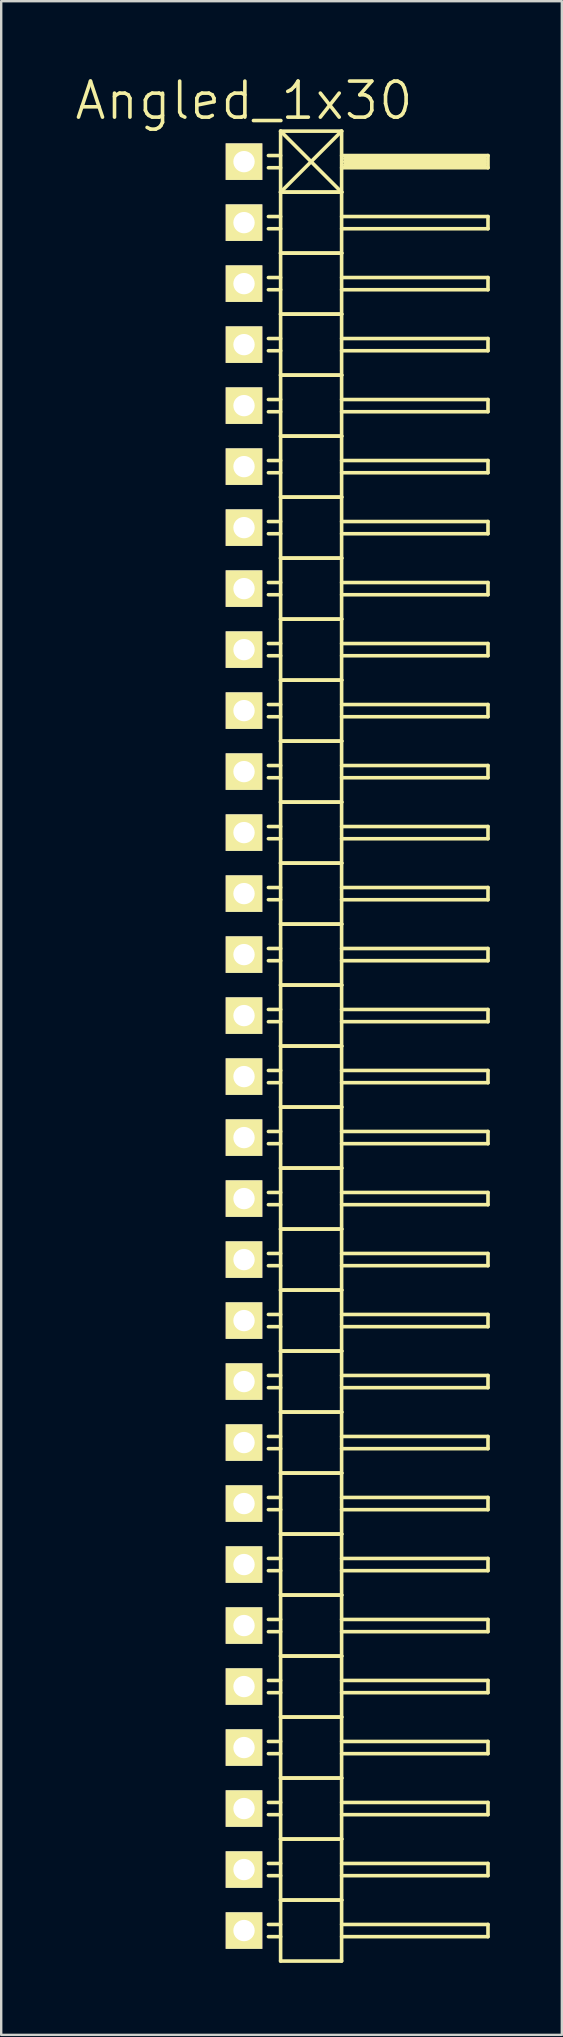
<source format=kicad_pcb>
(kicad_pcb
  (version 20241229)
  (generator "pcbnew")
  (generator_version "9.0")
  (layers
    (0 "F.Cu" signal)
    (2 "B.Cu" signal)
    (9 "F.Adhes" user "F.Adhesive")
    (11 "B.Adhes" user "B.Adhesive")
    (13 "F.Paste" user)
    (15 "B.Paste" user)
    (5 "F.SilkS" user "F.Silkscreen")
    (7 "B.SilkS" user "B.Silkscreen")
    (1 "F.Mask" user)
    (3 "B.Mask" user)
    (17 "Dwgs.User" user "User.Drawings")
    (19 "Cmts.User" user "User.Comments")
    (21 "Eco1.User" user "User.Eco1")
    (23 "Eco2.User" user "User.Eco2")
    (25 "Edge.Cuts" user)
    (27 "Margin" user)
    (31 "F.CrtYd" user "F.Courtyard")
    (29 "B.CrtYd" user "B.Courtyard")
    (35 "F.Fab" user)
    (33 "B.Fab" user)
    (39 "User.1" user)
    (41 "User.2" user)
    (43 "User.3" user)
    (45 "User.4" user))
  (footprint "Angled_1x30"
    (layer "F.Cu")
    (at 7.111 40.511)
    (property "Reference" "Angled_1x30" (at 0 -39.37 0) (layer "F.SilkS") (effects (font (size 1.5 1.5) (thickness 0.15))))
    (attr through_hole)
    (fp_line (start 1.524 -38.1) (end 1.524 -35.56) (stroke (width 0.15) (type solid)) (layer "F.SilkS"))
    (fp_line (start 1.524 -38.1) (end 4.064 -38.1) (stroke (width 0.15) (type solid)) (layer "F.SilkS"))
    (fp_line (start 1.524 -37.084) (end 1.016 -37.084) (stroke (width 0.15) (type solid)) (layer "F.SilkS"))
    (fp_line (start 1.524 -36.576) (end 1.016 -36.576) (stroke (width 0.15) (type solid)) (layer "F.SilkS"))
    (fp_line (start 1.524 -35.56) (end 1.524 -33.02) (stroke (width 0.15) (type solid)) (layer "F.SilkS"))
    (fp_line (start 1.524 -35.56) (end 4.064 -35.56) (stroke (width 0.15) (type solid)) (layer "F.SilkS"))
    (fp_line (start 1.524 -35.56) (end 4.064 -35.56) (stroke (width 0.15) (type solid)) (layer "F.SilkS"))
    (fp_line (start 1.524 -34.544) (end 1.016 -34.544) (stroke (width 0.15) (type solid)) (layer "F.SilkS"))
    (fp_line (start 1.524 -34.036) (end 1.016 -34.036) (stroke (width 0.15) (type solid)) (layer "F.SilkS"))
    (fp_line (start 1.524 -33.02) (end 1.524 -30.48) (stroke (width 0.15) (type solid)) (layer "F.SilkS"))
    (fp_line (start 1.524 -33.02) (end 4.064 -33.02) (stroke (width 0.15) (type solid)) (layer "F.SilkS"))
    (fp_line (start 1.524 -33.02) (end 4.064 -33.02) (stroke (width 0.15) (type solid)) (layer "F.SilkS"))
    (fp_line (start 1.524 -32.004) (end 1.016 -32.004) (stroke (width 0.15) (type solid)) (layer "F.SilkS"))
    (fp_line (start 1.524 -31.496) (end 1.016 -31.496) (stroke (width 0.15) (type solid)) (layer "F.SilkS"))
    (fp_line (start 1.524 -30.48) (end 1.524 -27.94) (stroke (width 0.15) (type solid)) (layer "F.SilkS"))
    (fp_line (start 1.524 -30.48) (end 4.064 -30.48) (stroke (width 0.15) (type solid)) (layer "F.SilkS"))
    (fp_line (start 1.524 -30.48) (end 4.064 -30.48) (stroke (width 0.15) (type solid)) (layer "F.SilkS"))
    (fp_line (start 1.524 -29.464) (end 1.016 -29.464) (stroke (width 0.15) (type solid)) (layer "F.SilkS"))
    (fp_line (start 1.524 -28.956) (end 1.016 -28.956) (stroke (width 0.15) (type solid)) (layer "F.SilkS"))
    (fp_line (start 1.524 -27.94) (end 1.524 -25.4) (stroke (width 0.15) (type solid)) (layer "F.SilkS"))
    (fp_line (start 1.524 -27.94) (end 4.064 -27.94) (stroke (width 0.15) (type solid)) (layer "F.SilkS"))
    (fp_line (start 1.524 -27.94) (end 4.064 -27.94) (stroke (width 0.15) (type solid)) (layer "F.SilkS"))
    (fp_line (start 1.524 -26.924) (end 1.016 -26.924) (stroke (width 0.15) (type solid)) (layer "F.SilkS"))
    (fp_line (start 1.524 -26.416) (end 1.016 -26.416) (stroke (width 0.15) (type solid)) (layer "F.SilkS"))
    (fp_line (start 1.524 -25.4) (end 1.524 -22.86) (stroke (width 0.15) (type solid)) (layer "F.SilkS"))
    (fp_line (start 1.524 -25.4) (end 4.064 -25.4) (stroke (width 0.15) (type solid)) (layer "F.SilkS"))
    (fp_line (start 1.524 -25.4) (end 4.064 -25.4) (stroke (width 0.15) (type solid)) (layer "F.SilkS"))
    (fp_line (start 1.524 -24.384) (end 1.016 -24.384) (stroke (width 0.15) (type solid)) (layer "F.SilkS"))
    (fp_line (start 1.524 -23.876) (end 1.016 -23.876) (stroke (width 0.15) (type solid)) (layer "F.SilkS"))
    (fp_line (start 1.524 -22.86) (end 1.524 -20.32) (stroke (width 0.15) (type solid)) (layer "F.SilkS"))
    (fp_line (start 1.524 -22.86) (end 4.064 -22.86) (stroke (width 0.15) (type solid)) (layer "F.SilkS"))
    (fp_line (start 1.524 -22.86) (end 4.064 -22.86) (stroke (width 0.15) (type solid)) (layer "F.SilkS"))
    (fp_line (start 1.524 -21.844) (end 1.016 -21.844) (stroke (width 0.15) (type solid)) (layer "F.SilkS"))
    (fp_line (start 1.524 -21.336) (end 1.016 -21.336) (stroke (width 0.15) (type solid)) (layer "F.SilkS"))
    (fp_line (start 1.524 -20.32) (end 1.524 -17.78) (stroke (width 0.15) (type solid)) (layer "F.SilkS"))
    (fp_line (start 1.524 -20.32) (end 4.064 -20.32) (stroke (width 0.15) (type solid)) (layer "F.SilkS"))
    (fp_line (start 1.524 -20.32) (end 4.064 -20.32) (stroke (width 0.15) (type solid)) (layer "F.SilkS"))
    (fp_line (start 1.524 -19.304) (end 1.016 -19.304) (stroke (width 0.15) (type solid)) (layer "F.SilkS"))
    (fp_line (start 1.524 -18.796) (end 1.016 -18.796) (stroke (width 0.15) (type solid)) (layer "F.SilkS"))
    (fp_line (start 1.524 -17.78) (end 1.524 -15.24) (stroke (width 0.15) (type solid)) (layer "F.SilkS"))
    (fp_line (start 1.524 -17.78) (end 4.064 -17.78) (stroke (width 0.15) (type solid)) (layer "F.SilkS"))
    (fp_line (start 1.524 -17.78) (end 4.064 -17.78) (stroke (width 0.15) (type solid)) (layer "F.SilkS"))
    (fp_line (start 1.524 -16.764) (end 1.016 -16.764) (stroke (width 0.15) (type solid)) (layer "F.SilkS"))
    (fp_line (start 1.524 -16.256) (end 1.016 -16.256) (stroke (width 0.15) (type solid)) (layer "F.SilkS"))
    (fp_line (start 1.524 -15.24) (end 1.524 -12.7) (stroke (width 0.15) (type solid)) (layer "F.SilkS"))
    (fp_line (start 1.524 -15.24) (end 4.064 -15.24) (stroke (width 0.15) (type solid)) (layer "F.SilkS"))
    (fp_line (start 1.524 -15.24) (end 4.064 -15.24) (stroke (width 0.15) (type solid)) (layer "F.SilkS"))
    (fp_line (start 1.524 -14.224) (end 1.016 -14.224) (stroke (width 0.15) (type solid)) (layer "F.SilkS"))
    (fp_line (start 1.524 -13.716) (end 1.016 -13.716) (stroke (width 0.15) (type solid)) (layer "F.SilkS"))
    (fp_line (start 1.524 -12.7) (end 1.524 -10.16) (stroke (width 0.15) (type solid)) (layer "F.SilkS"))
    (fp_line (start 1.524 -12.7) (end 4.064 -12.7) (stroke (width 0.15) (type solid)) (layer "F.SilkS"))
    (fp_line (start 1.524 -12.7) (end 4.064 -12.7) (stroke (width 0.15) (type solid)) (layer "F.SilkS"))
    (fp_line (start 1.524 -11.684) (end 1.016 -11.684) (stroke (width 0.15) (type solid)) (layer "F.SilkS"))
    (fp_line (start 1.524 -11.176) (end 1.016 -11.176) (stroke (width 0.15) (type solid)) (layer "F.SilkS"))
    (fp_line (start 1.524 -10.16) (end 1.524 -7.62) (stroke (width 0.15) (type solid)) (layer "F.SilkS"))
    (fp_line (start 1.524 -10.16) (end 4.064 -10.16) (stroke (width 0.15) (type solid)) (layer "F.SilkS"))
    (fp_line (start 1.524 -10.16) (end 4.064 -10.16) (stroke (width 0.15) (type solid)) (layer "F.SilkS"))
    (fp_line (start 1.524 -9.144) (end 1.016 -9.144) (stroke (width 0.15) (type solid)) (layer "F.SilkS"))
    (fp_line (start 1.524 -8.636) (end 1.016 -8.636) (stroke (width 0.15) (type solid)) (layer "F.SilkS"))
    (fp_line (start 1.524 -7.62) (end 1.524 -5.08) (stroke (width 0.15) (type solid)) (layer "F.SilkS"))
    (fp_line (start 1.524 -7.62) (end 4.064 -7.62) (stroke (width 0.15) (type solid)) (layer "F.SilkS"))
    (fp_line (start 1.524 -7.62) (end 4.064 -7.62) (stroke (width 0.15) (type solid)) (layer "F.SilkS"))
    (fp_line (start 1.524 -6.604) (end 1.016 -6.604) (stroke (width 0.15) (type solid)) (layer "F.SilkS"))
    (fp_line (start 1.524 -6.096) (end 1.016 -6.096) (stroke (width 0.15) (type solid)) (layer "F.SilkS"))
    (fp_line (start 1.524 -5.08) (end 1.524 -2.54) (stroke (width 0.15) (type solid)) (layer "F.SilkS"))
    (fp_line (start 1.524 -5.08) (end 4.064 -5.08) (stroke (width 0.15) (type solid)) (layer "F.SilkS"))
    (fp_line (start 1.524 -5.08) (end 4.064 -5.08) (stroke (width 0.15) (type solid)) (layer "F.SilkS"))
    (fp_line (start 1.524 -4.064) (end 1.016 -4.064) (stroke (width 0.15) (type solid)) (layer "F.SilkS"))
    (fp_line (start 1.524 -3.556) (end 1.016 -3.556) (stroke (width 0.15) (type solid)) (layer "F.SilkS"))
    (fp_line (start 1.524 -2.54) (end 1.524 0) (stroke (width 0.15) (type solid)) (layer "F.SilkS"))
    (fp_line (start 1.524 -2.54) (end 4.064 -2.54) (stroke (width 0.15) (type solid)) (layer "F.SilkS"))
    (fp_line (start 1.524 -2.54) (end 4.064 -2.54) (stroke (width 0.15) (type solid)) (layer "F.SilkS"))
    (fp_line (start 1.524 -1.524) (end 1.016 -1.524) (stroke (width 0.15) (type solid)) (layer "F.SilkS"))
    (fp_line (start 1.524 -1.016) (end 1.016 -1.016) (stroke (width 0.15) (type solid)) (layer "F.SilkS"))
    (fp_line (start 1.524 0) (end 1.524 2.54) (stroke (width 0.15) (type solid)) (layer "F.SilkS"))
    (fp_line (start 1.524 0) (end 4.064 0) (stroke (width 0.15) (type solid)) (layer "F.SilkS"))
    (fp_line (start 1.524 0) (end 4.064 0) (stroke (width 0.15) (type solid)) (layer "F.SilkS"))
    (fp_line (start 1.524 1.016) (end 1.016 1.016) (stroke (width 0.15) (type solid)) (layer "F.SilkS"))
    (fp_line (start 1.524 1.524) (end 1.016 1.524) (stroke (width 0.15) (type solid)) (layer "F.SilkS"))
    (fp_line (start 1.524 2.54) (end 1.524 5.08) (stroke (width 0.15) (type solid)) (layer "F.SilkS"))
    (fp_line (start 1.524 2.54) (end 4.064 2.54) (stroke (width 0.15) (type solid)) (layer "F.SilkS"))
    (fp_line (start 1.524 2.54) (end 4.064 2.54) (stroke (width 0.15) (type solid)) (layer "F.SilkS"))
    (fp_line (start 1.524 3.556) (end 1.016 3.556) (stroke (width 0.15) (type solid)) (layer "F.SilkS"))
    (fp_line (start 1.524 4.064) (end 1.016 4.064) (stroke (width 0.15) (type solid)) (layer "F.SilkS"))
    (fp_line (start 1.524 5.08) (end 1.524 7.62) (stroke (width 0.15) (type solid)) (layer "F.SilkS"))
    (fp_line (start 1.524 5.08) (end 4.064 5.08) (stroke (width 0.15) (type solid)) (layer "F.SilkS"))
    (fp_line (start 1.524 5.08) (end 4.064 5.08) (stroke (width 0.15) (type solid)) (layer "F.SilkS"))
    (fp_line (start 1.524 6.096) (end 1.016 6.096) (stroke (width 0.15) (type solid)) (layer "F.SilkS"))
    (fp_line (start 1.524 6.604) (end 1.016 6.604) (stroke (width 0.15) (type solid)) (layer "F.SilkS"))
    (fp_line (start 1.524 7.62) (end 1.524 10.16) (stroke (width 0.15) (type solid)) (layer "F.SilkS"))
    (fp_line (start 1.524 7.62) (end 4.064 7.62) (stroke (width 0.15) (type solid)) (layer "F.SilkS"))
    (fp_line (start 1.524 7.62) (end 4.064 7.62) (stroke (width 0.15) (type solid)) (layer "F.SilkS"))
    (fp_line (start 1.524 8.636) (end 1.016 8.636) (stroke (width 0.15) (type solid)) (layer "F.SilkS"))
    (fp_line (start 1.524 9.144) (end 1.016 9.144) (stroke (width 0.15) (type solid)) (layer "F.SilkS"))
    (fp_line (start 1.524 10.16) (end 1.524 12.7) (stroke (width 0.15) (type solid)) (layer "F.SilkS"))
    (fp_line (start 1.524 10.16) (end 4.064 10.16) (stroke (width 0.15) (type solid)) (layer "F.SilkS"))
    (fp_line (start 1.524 10.16) (end 4.064 10.16) (stroke (width 0.15) (type solid)) (layer "F.SilkS"))
    (fp_line (start 1.524 11.176) (end 1.016 11.176) (stroke (width 0.15) (type solid)) (layer "F.SilkS"))
    (fp_line (start 1.524 11.684) (end 1.016 11.684) (stroke (width 0.15) (type solid)) (layer "F.SilkS"))
    (fp_line (start 1.524 12.7) (end 1.524 15.24) (stroke (width 0.15) (type solid)) (layer "F.SilkS"))
    (fp_line (start 1.524 12.7) (end 4.064 12.7) (stroke (width 0.15) (type solid)) (layer "F.SilkS"))
    (fp_line (start 1.524 12.7) (end 4.064 12.7) (stroke (width 0.15) (type solid)) (layer "F.SilkS"))
    (fp_line (start 1.524 13.716) (end 1.016 13.716) (stroke (width 0.15) (type solid)) (layer "F.SilkS"))
    (fp_line (start 1.524 14.224) (end 1.016 14.224) (stroke (width 0.15) (type solid)) (layer "F.SilkS"))
    (fp_line (start 1.524 15.24) (end 1.524 17.78) (stroke (width 0.15) (type solid)) (layer "F.SilkS"))
    (fp_line (start 1.524 15.24) (end 4.064 15.24) (stroke (width 0.15) (type solid)) (layer "F.SilkS"))
    (fp_line (start 1.524 15.24) (end 4.064 15.24) (stroke (width 0.15) (type solid)) (layer "F.SilkS"))
    (fp_line (start 1.524 16.256) (end 1.016 16.256) (stroke (width 0.15) (type solid)) (layer "F.SilkS"))
    (fp_line (start 1.524 16.764) (end 1.016 16.764) (stroke (width 0.15) (type solid)) (layer "F.SilkS"))
    (fp_line (start 1.524 17.78) (end 1.524 20.32) (stroke (width 0.15) (type solid)) (layer "F.SilkS"))
    (fp_line (start 1.524 17.78) (end 4.064 17.78) (stroke (width 0.15) (type solid)) (layer "F.SilkS"))
    (fp_line (start 1.524 17.78) (end 4.064 17.78) (stroke (width 0.15) (type solid)) (layer "F.SilkS"))
    (fp_line (start 1.524 18.796) (end 1.016 18.796) (stroke (width 0.15) (type solid)) (layer "F.SilkS"))
    (fp_line (start 1.524 19.304) (end 1.016 19.304) (stroke (width 0.15) (type solid)) (layer "F.SilkS"))
    (fp_line (start 1.524 20.32) (end 1.524 22.86) (stroke (width 0.15) (type solid)) (layer "F.SilkS"))
    (fp_line (start 1.524 20.32) (end 4.064 20.32) (stroke (width 0.15) (type solid)) (layer "F.SilkS"))
    (fp_line (start 1.524 20.32) (end 4.064 20.32) (stroke (width 0.15) (type solid)) (layer "F.SilkS"))
    (fp_line (start 1.524 21.336) (end 1.016 21.336) (stroke (width 0.15) (type solid)) (layer "F.SilkS"))
    (fp_line (start 1.524 21.844) (end 1.016 21.844) (stroke (width 0.15) (type solid)) (layer "F.SilkS"))
    (fp_line (start 1.524 22.86) (end 1.524 25.4) (stroke (width 0.15) (type solid)) (layer "F.SilkS"))
    (fp_line (start 1.524 22.86) (end 4.064 22.86) (stroke (width 0.15) (type solid)) (layer "F.SilkS"))
    (fp_line (start 1.524 22.86) (end 4.064 22.86) (stroke (width 0.15) (type solid)) (layer "F.SilkS"))
    (fp_line (start 1.524 23.876) (end 1.016 23.876) (stroke (width 0.15) (type solid)) (layer "F.SilkS"))
    (fp_line (start 1.524 24.384) (end 1.016 24.384) (stroke (width 0.15) (type solid)) (layer "F.SilkS"))
    (fp_line (start 1.524 25.4) (end 1.524 27.94) (stroke (width 0.15) (type solid)) (layer "F.SilkS"))
    (fp_line (start 1.524 25.4) (end 4.064 25.4) (stroke (width 0.15) (type solid)) (layer "F.SilkS"))
    (fp_line (start 1.524 25.4) (end 4.064 25.4) (stroke (width 0.15) (type solid)) (layer "F.SilkS"))
    (fp_line (start 1.524 26.416) (end 1.016 26.416) (stroke (width 0.15) (type solid)) (layer "F.SilkS"))
    (fp_line (start 1.524 26.924) (end 1.016 26.924) (stroke (width 0.15) (type solid)) (layer "F.SilkS"))
    (fp_line (start 1.524 27.94) (end 1.524 30.48) (stroke (width 0.15) (type solid)) (layer "F.SilkS"))
    (fp_line (start 1.524 27.94) (end 4.064 27.94) (stroke (width 0.15) (type solid)) (layer "F.SilkS"))
    (fp_line (start 1.524 27.94) (end 4.064 27.94) (stroke (width 0.15) (type solid)) (layer "F.SilkS"))
    (fp_line (start 1.524 28.956) (end 1.016 28.956) (stroke (width 0.15) (type solid)) (layer "F.SilkS"))
    (fp_line (start 1.524 29.464) (end 1.016 29.464) (stroke (width 0.15) (type solid)) (layer "F.SilkS"))
    (fp_line (start 1.524 30.48) (end 1.524 33.02) (stroke (width 0.15) (type solid)) (layer "F.SilkS"))
    (fp_line (start 1.524 30.48) (end 4.064 30.48) (stroke (width 0.15) (type solid)) (layer "F.SilkS"))
    (fp_line (start 1.524 30.48) (end 4.064 30.48) (stroke (width 0.15) (type solid)) (layer "F.SilkS"))
    (fp_line (start 1.524 31.496) (end 1.016 31.496) (stroke (width 0.15) (type solid)) (layer "F.SilkS"))
    (fp_line (start 1.524 32.004) (end 1.016 32.004) (stroke (width 0.15) (type solid)) (layer "F.SilkS"))
    (fp_line (start 1.524 33.02) (end 1.524 35.56) (stroke (width 0.15) (type solid)) (layer "F.SilkS"))
    (fp_line (start 1.524 33.02) (end 4.064 33.02) (stroke (width 0.15) (type solid)) (layer "F.SilkS"))
    (fp_line (start 1.524 33.02) (end 4.064 33.02) (stroke (width 0.15) (type solid)) (layer "F.SilkS"))
    (fp_line (start 1.524 34.036) (end 1.016 34.036) (stroke (width 0.15) (type solid)) (layer "F.SilkS"))
    (fp_line (start 1.524 34.544) (end 1.016 34.544) (stroke (width 0.15) (type solid)) (layer "F.SilkS"))
    (fp_line (start 1.524 35.56) (end 1.524 38.1) (stroke (width 0.15) (type solid)) (layer "F.SilkS"))
    (fp_line (start 1.524 35.56) (end 4.064 35.56) (stroke (width 0.15) (type solid)) (layer "F.SilkS"))
    (fp_line (start 1.524 35.56) (end 4.064 35.56) (stroke (width 0.15) (type solid)) (layer "F.SilkS"))
    (fp_line (start 1.524 36.576) (end 1.016 36.576) (stroke (width 0.15) (type solid)) (layer "F.SilkS"))
    (fp_line (start 1.524 37.084) (end 1.016 37.084) (stroke (width 0.15) (type solid)) (layer "F.SilkS"))
    (fp_line (start 1.524 38.1) (end 4.064 38.1) (stroke (width 0.15) (type solid)) (layer "F.SilkS"))
    (fp_line (start 4.064 -38.1) (end 1.524 -35.56) (stroke (width 0.15) (type solid)) (layer "F.SilkS"))
    (fp_line (start 4.064 -37.084) (end 10.16 -37.084) (stroke (width 0.15) (type solid)) (layer "F.SilkS"))
    (fp_line (start 4.064 -35.56) (end 1.524 -38.1) (stroke (width 0.15) (type solid)) (layer "F.SilkS"))
    (fp_line (start 4.064 -35.56) (end 4.064 -38.1) (stroke (width 0.15) (type solid)) (layer "F.SilkS"))
    (fp_line (start 4.064 -34.544) (end 10.16 -34.544) (stroke (width 0.15) (type solid)) (layer "F.SilkS"))
    (fp_line (start 4.064 -33.02) (end 4.064 -35.56) (stroke (width 0.15) (type solid)) (layer "F.SilkS"))
    (fp_line (start 4.064 -32.004) (end 10.16 -32.004) (stroke (width 0.15) (type solid)) (layer "F.SilkS"))
    (fp_line (start 4.064 -30.48) (end 4.064 -33.02) (stroke (width 0.15) (type solid)) (layer "F.SilkS"))
    (fp_line (start 4.064 -29.464) (end 10.16 -29.464) (stroke (width 0.15) (type solid)) (layer "F.SilkS"))
    (fp_line (start 4.064 -27.94) (end 4.064 -30.48) (stroke (width 0.15) (type solid)) (layer "F.SilkS"))
    (fp_line (start 4.064 -26.924) (end 10.16 -26.924) (stroke (width 0.15) (type solid)) (layer "F.SilkS"))
    (fp_line (start 4.064 -25.4) (end 4.064 -27.94) (stroke (width 0.15) (type solid)) (layer "F.SilkS"))
    (fp_line (start 4.064 -24.384) (end 10.16 -24.384) (stroke (width 0.15) (type solid)) (layer "F.SilkS"))
    (fp_line (start 4.064 -22.86) (end 4.064 -25.4) (stroke (width 0.15) (type solid)) (layer "F.SilkS"))
    (fp_line (start 4.064 -21.844) (end 10.16 -21.844) (stroke (width 0.15) (type solid)) (layer "F.SilkS"))
    (fp_line (start 4.064 -20.32) (end 4.064 -22.86) (stroke (width 0.15) (type solid)) (layer "F.SilkS"))
    (fp_line (start 4.064 -19.304) (end 10.16 -19.304) (stroke (width 0.15) (type solid)) (layer "F.SilkS"))
    (fp_line (start 4.064 -17.78) (end 4.064 -20.32) (stroke (width 0.15) (type solid)) (layer "F.SilkS"))
    (fp_line (start 4.064 -16.764) (end 10.16 -16.764) (stroke (width 0.15) (type solid)) (layer "F.SilkS"))
    (fp_line (start 4.064 -15.24) (end 4.064 -17.78) (stroke (width 0.15) (type solid)) (layer "F.SilkS"))
    (fp_line (start 4.064 -14.224) (end 10.16 -14.224) (stroke (width 0.15) (type solid)) (layer "F.SilkS"))
    (fp_line (start 4.064 -12.7) (end 4.064 -15.24) (stroke (width 0.15) (type solid)) (layer "F.SilkS"))
    (fp_line (start 4.064 -11.684) (end 10.16 -11.684) (stroke (width 0.15) (type solid)) (layer "F.SilkS"))
    (fp_line (start 4.064 -10.16) (end 4.064 -12.7) (stroke (width 0.15) (type solid)) (layer "F.SilkS"))
    (fp_line (start 4.064 -9.144) (end 10.16 -9.144) (stroke (width 0.15) (type solid)) (layer "F.SilkS"))
    (fp_line (start 4.064 -7.62) (end 4.064 -10.16) (stroke (width 0.15) (type solid)) (layer "F.SilkS"))
    (fp_line (start 4.064 -6.604) (end 10.16 -6.604) (stroke (width 0.15) (type solid)) (layer "F.SilkS"))
    (fp_line (start 4.064 -5.08) (end 4.064 -7.62) (stroke (width 0.15) (type solid)) (layer "F.SilkS"))
    (fp_line (start 4.064 -4.064) (end 10.16 -4.064) (stroke (width 0.15) (type solid)) (layer "F.SilkS"))
    (fp_line (start 4.064 -2.54) (end 4.064 -5.08) (stroke (width 0.15) (type solid)) (layer "F.SilkS"))
    (fp_line (start 4.064 -1.524) (end 10.16 -1.524) (stroke (width 0.15) (type solid)) (layer "F.SilkS"))
    (fp_line (start 4.064 0) (end 4.064 -2.54) (stroke (width 0.15) (type solid)) (layer "F.SilkS"))
    (fp_line (start 4.064 1.016) (end 10.16 1.016) (stroke (width 0.15) (type solid)) (layer "F.SilkS"))
    (fp_line (start 4.064 2.54) (end 4.064 0) (stroke (width 0.15) (type solid)) (layer "F.SilkS"))
    (fp_line (start 4.064 3.556) (end 10.16 3.556) (stroke (width 0.15) (type solid)) (layer "F.SilkS"))
    (fp_line (start 4.064 5.08) (end 4.064 2.54) (stroke (width 0.15) (type solid)) (layer "F.SilkS"))
    (fp_line (start 4.064 6.096) (end 10.16 6.096) (stroke (width 0.15) (type solid)) (layer "F.SilkS"))
    (fp_line (start 4.064 7.62) (end 4.064 5.08) (stroke (width 0.15) (type solid)) (layer "F.SilkS"))
    (fp_line (start 4.064 8.636) (end 10.16 8.636) (stroke (width 0.15) (type solid)) (layer "F.SilkS"))
    (fp_line (start 4.064 10.16) (end 4.064 7.62) (stroke (width 0.15) (type solid)) (layer "F.SilkS"))
    (fp_line (start 4.064 11.176) (end 10.16 11.176) (stroke (width 0.15) (type solid)) (layer "F.SilkS"))
    (fp_line (start 4.064 12.7) (end 4.064 10.16) (stroke (width 0.15) (type solid)) (layer "F.SilkS"))
    (fp_line (start 4.064 13.716) (end 10.16 13.716) (stroke (width 0.15) (type solid)) (layer "F.SilkS"))
    (fp_line (start 4.064 15.24) (end 4.064 12.7) (stroke (width 0.15) (type solid)) (layer "F.SilkS"))
    (fp_line (start 4.064 16.256) (end 10.16 16.256) (stroke (width 0.15) (type solid)) (layer "F.SilkS"))
    (fp_line (start 4.064 17.78) (end 4.064 15.24) (stroke (width 0.15) (type solid)) (layer "F.SilkS"))
    (fp_line (start 4.064 18.796) (end 10.16 18.796) (stroke (width 0.15) (type solid)) (layer "F.SilkS"))
    (fp_line (start 4.064 20.32) (end 4.064 17.78) (stroke (width 0.15) (type solid)) (layer "F.SilkS"))
    (fp_line (start 4.064 21.336) (end 10.16 21.336) (stroke (width 0.15) (type solid)) (layer "F.SilkS"))
    (fp_line (start 4.064 22.86) (end 4.064 20.32) (stroke (width 0.15) (type solid)) (layer "F.SilkS"))
    (fp_line (start 4.064 23.876) (end 10.16 23.876) (stroke (width 0.15) (type solid)) (layer "F.SilkS"))
    (fp_line (start 4.064 25.4) (end 4.064 22.86) (stroke (width 0.15) (type solid)) (layer "F.SilkS"))
    (fp_line (start 4.064 26.416) (end 10.16 26.416) (stroke (width 0.15) (type solid)) (layer "F.SilkS"))
    (fp_line (start 4.064 27.94) (end 4.064 25.4) (stroke (width 0.15) (type solid)) (layer "F.SilkS"))
    (fp_line (start 4.064 28.956) (end 10.16 28.956) (stroke (width 0.15) (type solid)) (layer "F.SilkS"))
    (fp_line (start 4.064 30.48) (end 4.064 27.94) (stroke (width 0.15) (type solid)) (layer "F.SilkS"))
    (fp_line (start 4.064 31.496) (end 10.16 31.496) (stroke (width 0.15) (type solid)) (layer "F.SilkS"))
    (fp_line (start 4.064 33.02) (end 4.064 30.48) (stroke (width 0.15) (type solid)) (layer "F.SilkS"))
    (fp_line (start 4.064 34.036) (end 10.16 34.036) (stroke (width 0.15) (type solid)) (layer "F.SilkS"))
    (fp_line (start 4.064 35.56) (end 4.064 33.02) (stroke (width 0.15) (type solid)) (layer "F.SilkS"))
    (fp_line (start 4.064 36.576) (end 10.16 36.576) (stroke (width 0.15) (type solid)) (layer "F.SilkS"))
    (fp_line (start 4.064 38.1) (end 4.064 35.56) (stroke (width 0.15) (type solid)) (layer "F.SilkS"))
    (fp_line (start 4.191 -36.957) (end 10.033 -36.957) (stroke (width 0.15) (type solid)) (layer "F.SilkS"))
    (fp_line (start 4.191 -36.83) (end 10.033 -36.83) (stroke (width 0.15) (type solid)) (layer "F.SilkS"))
    (fp_line (start 10.033 -36.957) (end 10.033 -36.703) (stroke (width 0.15) (type solid)) (layer "F.SilkS"))
    (fp_line (start 10.033 -36.703) (end 4.191 -36.703) (stroke (width 0.15) (type solid)) (layer "F.SilkS"))
    (fp_line (start 10.16 -37.084) (end 10.16 -36.576) (stroke (width 0.15) (type solid)) (layer "F.SilkS"))
    (fp_line (start 10.16 -36.576) (end 4.064 -36.576) (stroke (width 0.15) (type solid)) (layer "F.SilkS"))
    (fp_line (start 10.16 -34.544) (end 10.16 -34.036) (stroke (width 0.15) (type solid)) (layer "F.SilkS"))
    (fp_line (start 10.16 -34.036) (end 4.064 -34.036) (stroke (width 0.15) (type solid)) (layer "F.SilkS"))
    (fp_line (start 10.16 -32.004) (end 10.16 -31.496) (stroke (width 0.15) (type solid)) (layer "F.SilkS"))
    (fp_line (start 10.16 -31.496) (end 4.064 -31.496) (stroke (width 0.15) (type solid)) (layer "F.SilkS"))
    (fp_line (start 10.16 -29.464) (end 10.16 -28.956) (stroke (width 0.15) (type solid)) (layer "F.SilkS"))
    (fp_line (start 10.16 -28.956) (end 4.064 -28.956) (stroke (width 0.15) (type solid)) (layer "F.SilkS"))
    (fp_line (start 10.16 -26.924) (end 10.16 -26.416) (stroke (width 0.15) (type solid)) (layer "F.SilkS"))
    (fp_line (start 10.16 -26.416) (end 4.064 -26.416) (stroke (width 0.15) (type solid)) (layer "F.SilkS"))
    (fp_line (start 10.16 -24.384) (end 10.16 -23.876) (stroke (width 0.15) (type solid)) (layer "F.SilkS"))
    (fp_line (start 10.16 -23.876) (end 4.064 -23.876) (stroke (width 0.15) (type solid)) (layer "F.SilkS"))
    (fp_line (start 10.16 -21.844) (end 10.16 -21.336) (stroke (width 0.15) (type solid)) (layer "F.SilkS"))
    (fp_line (start 10.16 -21.336) (end 4.064 -21.336) (stroke (width 0.15) (type solid)) (layer "F.SilkS"))
    (fp_line (start 10.16 -19.304) (end 10.16 -18.796) (stroke (width 0.15) (type solid)) (layer "F.SilkS"))
    (fp_line (start 10.16 -18.796) (end 4.064 -18.796) (stroke (width 0.15) (type solid)) (layer "F.SilkS"))
    (fp_line (start 10.16 -16.764) (end 10.16 -16.256) (stroke (width 0.15) (type solid)) (layer "F.SilkS"))
    (fp_line (start 10.16 -16.256) (end 4.064 -16.256) (stroke (width 0.15) (type solid)) (layer "F.SilkS"))
    (fp_line (start 10.16 -14.224) (end 10.16 -13.716) (stroke (width 0.15) (type solid)) (layer "F.SilkS"))
    (fp_line (start 10.16 -13.716) (end 4.064 -13.716) (stroke (width 0.15) (type solid)) (layer "F.SilkS"))
    (fp_line (start 10.16 -11.684) (end 10.16 -11.176) (stroke (width 0.15) (type solid)) (layer "F.SilkS"))
    (fp_line (start 10.16 -11.176) (end 4.064 -11.176) (stroke (width 0.15) (type solid)) (layer "F.SilkS"))
    (fp_line (start 10.16 -9.144) (end 10.16 -8.636) (stroke (width 0.15) (type solid)) (layer "F.SilkS"))
    (fp_line (start 10.16 -8.636) (end 4.064 -8.636) (stroke (width 0.15) (type solid)) (layer "F.SilkS"))
    (fp_line (start 10.16 -6.604) (end 10.16 -6.096) (stroke (width 0.15) (type solid)) (layer "F.SilkS"))
    (fp_line (start 10.16 -6.096) (end 4.064 -6.096) (stroke (width 0.15) (type solid)) (layer "F.SilkS"))
    (fp_line (start 10.16 -4.064) (end 10.16 -3.556) (stroke (width 0.15) (type solid)) (layer "F.SilkS"))
    (fp_line (start 10.16 -3.556) (end 4.064 -3.556) (stroke (width 0.15) (type solid)) (layer "F.SilkS"))
    (fp_line (start 10.16 -1.524) (end 10.16 -1.016) (stroke (width 0.15) (type solid)) (layer "F.SilkS"))
    (fp_line (start 10.16 -1.016) (end 4.064 -1.016) (stroke (width 0.15) (type solid)) (layer "F.SilkS"))
    (fp_line (start 10.16 1.016) (end 10.16 1.524) (stroke (width 0.15) (type solid)) (layer "F.SilkS"))
    (fp_line (start 10.16 1.524) (end 4.064 1.524) (stroke (width 0.15) (type solid)) (layer "F.SilkS"))
    (fp_line (start 10.16 3.556) (end 10.16 4.064) (stroke (width 0.15) (type solid)) (layer "F.SilkS"))
    (fp_line (start 10.16 4.064) (end 4.064 4.064) (stroke (width 0.15) (type solid)) (layer "F.SilkS"))
    (fp_line (start 10.16 6.096) (end 10.16 6.604) (stroke (width 0.15) (type solid)) (layer "F.SilkS"))
    (fp_line (start 10.16 6.604) (end 4.064 6.604) (stroke (width 0.15) (type solid)) (layer "F.SilkS"))
    (fp_line (start 10.16 8.636) (end 10.16 9.144) (stroke (width 0.15) (type solid)) (layer "F.SilkS"))
    (fp_line (start 10.16 9.144) (end 4.064 9.144) (stroke (width 0.15) (type solid)) (layer "F.SilkS"))
    (fp_line (start 10.16 11.176) (end 10.16 11.684) (stroke (width 0.15) (type solid)) (layer "F.SilkS"))
    (fp_line (start 10.16 11.684) (end 4.064 11.684) (stroke (width 0.15) (type solid)) (layer "F.SilkS"))
    (fp_line (start 10.16 13.716) (end 10.16 14.224) (stroke (width 0.15) (type solid)) (layer "F.SilkS"))
    (fp_line (start 10.16 14.224) (end 4.064 14.224) (stroke (width 0.15) (type solid)) (layer "F.SilkS"))
    (fp_line (start 10.16 16.256) (end 10.16 16.764) (stroke (width 0.15) (type solid)) (layer "F.SilkS"))
    (fp_line (start 10.16 16.764) (end 4.064 16.764) (stroke (width 0.15) (type solid)) (layer "F.SilkS"))
    (fp_line (start 10.16 18.796) (end 10.16 19.304) (stroke (width 0.15) (type solid)) (layer "F.SilkS"))
    (fp_line (start 10.16 19.304) (end 4.064 19.304) (stroke (width 0.15) (type solid)) (layer "F.SilkS"))
    (fp_line (start 10.16 21.336) (end 10.16 21.844) (stroke (width 0.15) (type solid)) (layer "F.SilkS"))
    (fp_line (start 10.16 21.844) (end 4.064 21.844) (stroke (width 0.15) (type solid)) (layer "F.SilkS"))
    (fp_line (start 10.16 23.876) (end 10.16 24.384) (stroke (width 0.15) (type solid)) (layer "F.SilkS"))
    (fp_line (start 10.16 24.384) (end 4.064 24.384) (stroke (width 0.15) (type solid)) (layer "F.SilkS"))
    (fp_line (start 10.16 26.416) (end 10.16 26.924) (stroke (width 0.15) (type solid)) (layer "F.SilkS"))
    (fp_line (start 10.16 26.924) (end 4.064 26.924) (stroke (width 0.15) (type solid)) (layer "F.SilkS"))
    (fp_line (start 10.16 28.956) (end 10.16 29.464) (stroke (width 0.15) (type solid)) (layer "F.SilkS"))
    (fp_line (start 10.16 29.464) (end 4.064 29.464) (stroke (width 0.15) (type solid)) (layer "F.SilkS"))
    (fp_line (start 10.16 31.496) (end 10.16 32.004) (stroke (width 0.15) (type solid)) (layer "F.SilkS"))
    (fp_line (start 10.16 32.004) (end 4.064 32.004) (stroke (width 0.15) (type solid)) (layer "F.SilkS"))
    (fp_line (start 10.16 34.036) (end 10.16 34.544) (stroke (width 0.15) (type solid)) (layer "F.SilkS"))
    (fp_line (start 10.16 34.544) (end 4.064 34.544) (stroke (width 0.15) (type solid)) (layer "F.SilkS"))
    (fp_line (start 10.16 36.576) (end 10.16 37.084) (stroke (width 0.15) (type solid)) (layer "F.SilkS"))
    (fp_line (start 10.16 37.084) (end 4.064 37.084) (stroke (width 0.15) (type solid)) (layer "F.SilkS"))
    (pad "1" thru_hole rect (at 0 -36.83) (size 1.524 1.524) (drill 0.889) (layers "*.Cu" "*.Mask" "F.SilkS"))
    (pad "2" thru_hole rect (at 0 -34.29) (size 1.524 1.524) (drill 0.889) (layers "*.Cu" "*.Mask" "F.SilkS"))
    (pad "3" thru_hole rect (at 0 -31.75) (size 1.524 1.524) (drill 0.889) (layers "*.Cu" "*.Mask" "F.SilkS"))
    (pad "4" thru_hole rect (at 0 -29.21) (size 1.524 1.524) (drill 0.889) (layers "*.Cu" "*.Mask" "F.SilkS"))
    (pad "5" thru_hole rect (at 0 -26.67) (size 1.524 1.524) (drill 0.889) (layers "*.Cu" "*.Mask" "F.SilkS"))
    (pad "6" thru_hole rect (at 0 -24.13) (size 1.524 1.524) (drill 0.889) (layers "*.Cu" "*.Mask" "F.SilkS"))
    (pad "7" thru_hole rect (at 0 -21.59) (size 1.524 1.524) (drill 0.889) (layers "*.Cu" "*.Mask" "F.SilkS"))
    (pad "8" thru_hole rect (at 0 -19.05) (size 1.524 1.524) (drill 0.889) (layers "*.Cu" "*.Mask" "F.SilkS"))
    (pad "9" thru_hole rect (at 0 -16.51) (size 1.524 1.524) (drill 0.889) (layers "*.Cu" "*.Mask" "F.SilkS"))
    (pad "10" thru_hole rect (at 0 -13.97) (size 1.524 1.524) (drill 0.889) (layers "*.Cu" "*.Mask" "F.SilkS"))
    (pad "11" thru_hole rect (at 0 -11.43) (size 1.524 1.524) (drill 0.889) (layers "*.Cu" "*.Mask" "F.SilkS"))
    (pad "12" thru_hole rect (at 0 -8.89) (size 1.524 1.524) (drill 0.889) (layers "*.Cu" "*.Mask" "F.SilkS"))
    (pad "13" thru_hole rect (at 0 -6.35) (size 1.524 1.524) (drill 0.889) (layers "*.Cu" "*.Mask" "F.SilkS"))
    (pad "14" thru_hole rect (at 0 -3.81) (size 1.524 1.524) (drill 0.889) (layers "*.Cu" "*.Mask" "F.SilkS"))
    (pad "15" thru_hole rect (at 0 -1.27) (size 1.524 1.524) (drill 0.889) (layers "*.Cu" "*.Mask" "F.SilkS"))
    (pad "16" thru_hole rect (at 0 1.27) (size 1.524 1.524) (drill 0.889) (layers "*.Cu" "*.Mask" "F.SilkS"))
    (pad "17" thru_hole rect (at 0 3.81) (size 1.524 1.524) (drill 0.889) (layers "*.Cu" "*.Mask" "F.SilkS"))
    (pad "18" thru_hole rect (at 0 6.35) (size 1.524 1.524) (drill 0.889) (layers "*.Cu" "*.Mask" "F.SilkS"))
    (pad "19" thru_hole rect (at 0 8.89) (size 1.524 1.524) (drill 0.889) (layers "*.Cu" "*.Mask" "F.SilkS"))
    (pad "20" thru_hole rect (at 0 11.43) (size 1.524 1.524) (drill 0.889) (layers "*.Cu" "*.Mask" "F.SilkS"))
    (pad "21" thru_hole rect (at 0 13.97) (size 1.524 1.524) (drill 0.889) (layers "*.Cu" "*.Mask" "F.SilkS"))
    (pad "22" thru_hole rect (at 0 16.51) (size 1.524 1.524) (drill 0.889) (layers "*.Cu" "*.Mask" "F.SilkS"))
    (pad "23" thru_hole rect (at 0 19.05) (size 1.524 1.524) (drill 0.889) (layers "*.Cu" "*.Mask" "F.SilkS"))
    (pad "24" thru_hole rect (at 0 21.59) (size 1.524 1.524) (drill 0.889) (layers "*.Cu" "*.Mask" "F.SilkS"))
    (pad "25" thru_hole rect (at 0 24.13) (size 1.524 1.524) (drill 0.889) (layers "*.Cu" "*.Mask" "F.SilkS"))
    (pad "26" thru_hole rect (at 0 26.67) (size 1.524 1.524) (drill 0.889) (layers "*.Cu" "*.Mask" "F.SilkS"))
    (pad "27" thru_hole rect (at 0 29.21) (size 1.524 1.524) (drill 0.889) (layers "*.Cu" "*.Mask" "F.SilkS"))
    (pad "28" thru_hole rect (at 0 31.75) (size 1.524 1.524) (drill 0.889) (layers "*.Cu" "*.Mask" "F.SilkS"))
    (pad "29" thru_hole rect (at 0 34.29) (size 1.524 1.524) (drill 0.889) (layers "*.Cu" "*.Mask" "F.SilkS"))
    (pad "30" thru_hole rect (at 0 36.83) (size 1.524 1.524) (drill 0.889) (layers "*.Cu" "*.Mask" "F.SilkS")))
  (gr_rect
    (start -3 -3)
    (end 20.346 81.686)
    (stroke (width 0.1) (type default))
    (fill no)
    (layer "Edge.Cuts")))
</source>
